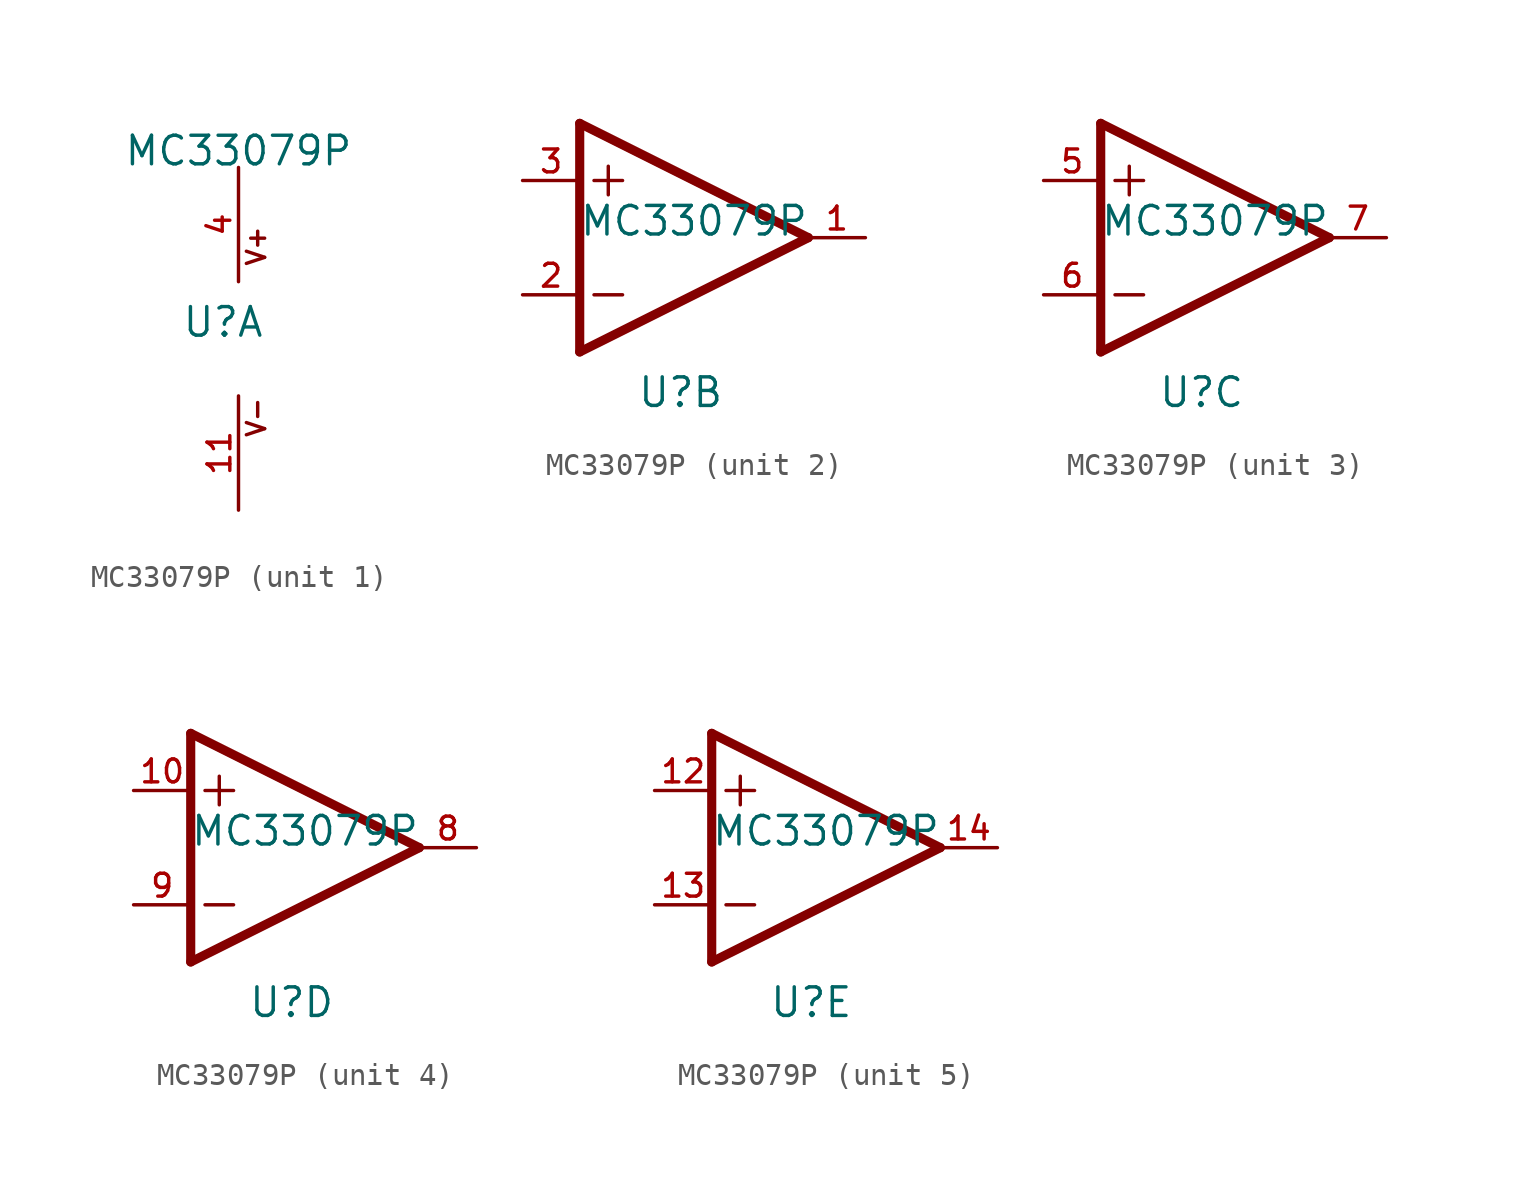
<source format=kicad_sym>
(kicad_symbol_lib
  (version 20211014)
  (generator kicad_symbol_editor)
  (symbol "MC33079P"
    (pin_names
      (offset 1.016))
    (property "Reference" "U"
      (at -2.54 -7.62 0)
      (effects (font (size 1.27 1.27)) (justify bottom left)))
    (property "Value" "MC33079P"
      (at 0 0.0 0)
      (effects (font (size 1.27 1.27)) (justify bottom)))
    (symbol "MC33079P_1_0"
      (text "V+" (at 1.27 -4.445 900) (effects (font (size 0.813 0.813)) (justify bottom left)))
      (text "V-" (at 1.27 -12.065 900) (effects (font (size 0.813 0.813)) (justify bottom left)))
      (pin power_in line (at 0.0 0.0 270.0) (length 5.08) (name "~" (effects (font (size 1.016 1.016)))) (number "4" (effects (font (size 1.016 1.016)))))
      (pin power_in line (at 0.0 -15.24 90.0) (length 5.08) (name "~" (effects (font (size 1.016 1.016)))) (number "11" (effects (font (size 1.016 1.016))))))
    (symbol "MC33079P_2_0"
      (polyline (pts (xy -5.08 5.08) (xy -5.08 -5.08)) (stroke (width 0.406)))
      (polyline (pts (xy -5.08 -5.08) (xy 5.08 0.0)) (stroke (width 0.406)))
      (polyline (pts (xy 5.08 0.0) (xy -5.08 5.08)) (stroke (width 0.406)))
      (polyline (pts (xy -3.81 3.175) (xy -3.81 1.905)) (stroke (width 0.152)))
      (polyline (pts (xy -4.445 2.54) (xy -3.175 2.54)) (stroke (width 0.152)))
      (polyline (pts (xy -4.445 -2.54) (xy -3.175 -2.54)) (stroke (width 0.152)))
      (pin input line (at -7.62 -2.54 0) (length 2.54) (name "~" (effects (font (size 1.016 1.016)))) (number "2" (effects (font (size 1.016 1.016)))))
      (pin input line (at -7.62 2.54 0) (length 2.54) (name "~" (effects (font (size 1.016 1.016)))) (number "3" (effects (font (size 1.016 1.016)))))
      (pin output line (at 7.62 0.0 180.0) (length 2.54) (name "~" (effects (font (size 1.016 1.016)))) (number "1" (effects (font (size 1.016 1.016))))))
    (symbol "MC33079P_3_0"
      (polyline (pts (xy -5.08 5.08) (xy -5.08 -5.08)) (stroke (width 0.406)))
      (polyline (pts (xy -5.08 -5.08) (xy 5.08 0.0)) (stroke (width 0.406)))
      (polyline (pts (xy 5.08 0.0) (xy -5.08 5.08)) (stroke (width 0.406)))
      (polyline (pts (xy -3.81 3.175) (xy -3.81 1.905)) (stroke (width 0.152)))
      (polyline (pts (xy -4.445 2.54) (xy -3.175 2.54)) (stroke (width 0.152)))
      (polyline (pts (xy -4.445 -2.54) (xy -3.175 -2.54)) (stroke (width 0.152)))
      (pin input line (at -7.62 -2.54 0) (length 2.54) (name "~" (effects (font (size 1.016 1.016)))) (number "6" (effects (font (size 1.016 1.016)))))
      (pin input line (at -7.62 2.54 0) (length 2.54) (name "~" (effects (font (size 1.016 1.016)))) (number "5" (effects (font (size 1.016 1.016)))))
      (pin output line (at 7.62 0.0 180.0) (length 2.54) (name "~" (effects (font (size 1.016 1.016)))) (number "7" (effects (font (size 1.016 1.016))))))
    (symbol "MC33079P_4_0"
      (polyline (pts (xy -5.08 5.08) (xy -5.08 -5.08)) (stroke (width 0.406)))
      (polyline (pts (xy -5.08 -5.08) (xy 5.08 0.0)) (stroke (width 0.406)))
      (polyline (pts (xy 5.08 0.0) (xy -5.08 5.08)) (stroke (width 0.406)))
      (polyline (pts (xy -3.81 3.175) (xy -3.81 1.905)) (stroke (width 0.152)))
      (polyline (pts (xy -4.445 2.54) (xy -3.175 2.54)) (stroke (width 0.152)))
      (polyline (pts (xy -4.445 -2.54) (xy -3.175 -2.54)) (stroke (width 0.152)))
      (pin input line (at -7.62 -2.54 0) (length 2.54) (name "~" (effects (font (size 1.016 1.016)))) (number "9" (effects (font (size 1.016 1.016)))))
      (pin input line (at -7.62 2.54 0) (length 2.54) (name "~" (effects (font (size 1.016 1.016)))) (number "10" (effects (font (size 1.016 1.016)))))
      (pin output line (at 7.62 0.0 180.0) (length 2.54) (name "~" (effects (font (size 1.016 1.016)))) (number "8" (effects (font (size 1.016 1.016))))))
    (symbol "MC33079P_5_0"
      (polyline (pts (xy -5.08 5.08) (xy -5.08 -5.08)) (stroke (width 0.406)))
      (polyline (pts (xy -5.08 -5.08) (xy 5.08 0.0)) (stroke (width 0.406)))
      (polyline (pts (xy 5.08 0.0) (xy -5.08 5.08)) (stroke (width 0.406)))
      (polyline (pts (xy -3.81 3.175) (xy -3.81 1.905)) (stroke (width 0.152)))
      (polyline (pts (xy -4.445 2.54) (xy -3.175 2.54)) (stroke (width 0.152)))
      (polyline (pts (xy -4.445 -2.54) (xy -3.175 -2.54)) (stroke (width 0.152)))
      (pin input line (at -7.62 -2.54 0) (length 2.54) (name "~" (effects (font (size 1.016 1.016)))) (number "13" (effects (font (size 1.016 1.016)))))
      (pin input line (at -7.62 2.54 0) (length 2.54) (name "~" (effects (font (size 1.016 1.016)))) (number "12" (effects (font (size 1.016 1.016)))))
      (pin output line (at 7.62 0.0 180.0) (length 2.54) (name "~" (effects (font (size 1.016 1.016)))) (number "14" (effects (font (size 1.016 1.016))))))))
</source>
